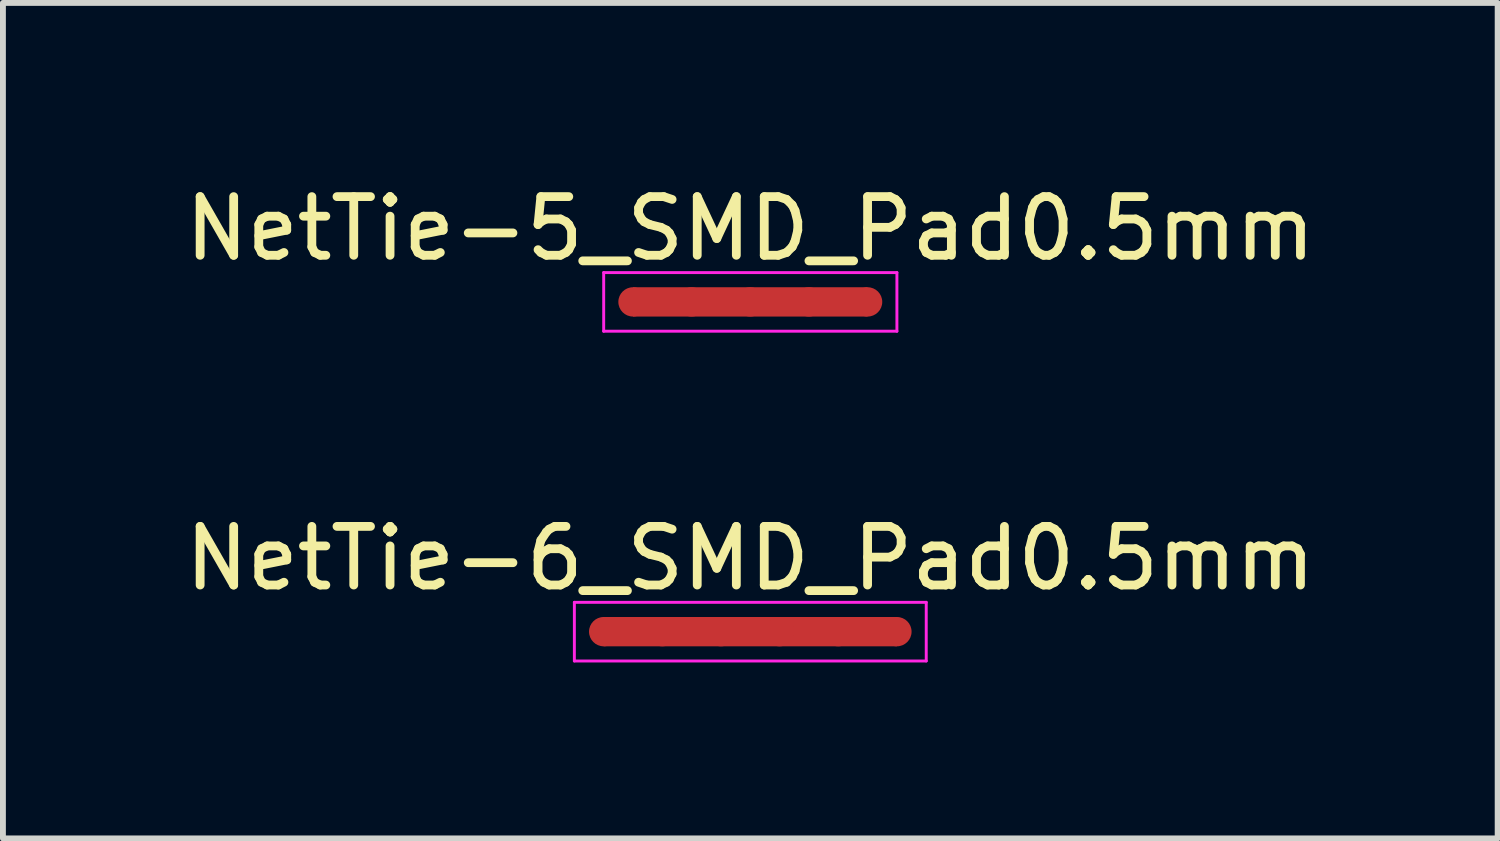
<source format=kicad_pcb>
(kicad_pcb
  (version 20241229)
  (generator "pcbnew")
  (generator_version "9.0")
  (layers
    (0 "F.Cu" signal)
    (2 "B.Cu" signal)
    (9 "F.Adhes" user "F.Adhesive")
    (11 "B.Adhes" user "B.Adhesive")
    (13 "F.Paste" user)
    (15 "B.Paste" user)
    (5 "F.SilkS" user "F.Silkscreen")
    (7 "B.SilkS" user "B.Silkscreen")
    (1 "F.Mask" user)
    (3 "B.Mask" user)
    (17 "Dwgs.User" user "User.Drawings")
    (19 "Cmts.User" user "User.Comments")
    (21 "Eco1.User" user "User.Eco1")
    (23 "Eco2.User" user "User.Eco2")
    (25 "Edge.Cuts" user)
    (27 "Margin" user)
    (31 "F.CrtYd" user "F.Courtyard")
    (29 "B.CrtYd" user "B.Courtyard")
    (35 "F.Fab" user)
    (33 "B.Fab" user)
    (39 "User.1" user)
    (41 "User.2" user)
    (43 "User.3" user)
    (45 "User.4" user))
  (footprint "NetTie-6_SMD_Pad0.5mm"
    (layer "F.Cu")
    (at 9.744 7.721)
    (property "Reference" "NetTie-6_SMD_Pad0.5mm" (at 0 -1.25 0) (layer "F.SilkS") (effects (font (size 1 1) (thickness 0.15))))
    (attr exclude_from_pos_files exclude_from_bom)
    (fp_poly (pts (xy -2.5 -0.25) (xy 2.5 -0.25) (xy 2.5 0.25) (xy -2.5 0.25)) (stroke (width 0) (type solid)) (fill yes) (layer "F.Cu"))
    (fp_line (start -3 -0.5) (end -3 0.5) (stroke (width 0.05) (type solid)) (layer "F.CrtYd"))
    (fp_line (start -3 0.5) (end 3 0.5) (stroke (width 0.05) (type solid)) (layer "F.CrtYd"))
    (fp_line (start 3 -0.5) (end -3 -0.5) (stroke (width 0.05) (type solid)) (layer "F.CrtYd"))
    (fp_line (start 3 0.5) (end 3 -0.5) (stroke (width 0.05) (type solid)) (layer "F.CrtYd"))
    (pad "1" smd circle (at -2.5 0) (size 0.5 0.5) (layers "F.Cu"))
    (pad "2" smd circle (at -1.5 0) (size 0.5 0.5) (layers "F.Cu"))
    (pad "3" smd circle (at -0.5 0) (size 0.5 0.5) (layers "F.Cu"))
    (pad "4" smd circle (at 0.5 0) (size 0.5 0.5) (layers "F.Cu"))
    (pad "5" smd circle (at 1.5 0) (size 0.5 0.5) (layers "F.Cu"))
    (pad "6" smd circle (at 2.5 0) (size 0.5 0.5) (layers "F.Cu")))
  (footprint "NetTie-5_SMD_Pad0.5mm"
    (layer "F.Cu")
    (at 9.744 2.098)
    (property "Reference" "NetTie-5_SMD_Pad0.5mm" (at 0 -1.25 0) (layer "F.SilkS") (effects (font (size 1 1) (thickness 0.15))))
    (attr exclude_from_pos_files exclude_from_bom)
    (fp_poly (pts (xy -2 -0.25) (xy 2 -0.25) (xy 2 0.25) (xy -2 0.25)) (stroke (width 0) (type solid)) (fill yes) (layer "F.Cu"))
    (fp_line (start -2.5 -0.5) (end -2.5 0.5) (stroke (width 0.05) (type solid)) (layer "F.CrtYd"))
    (fp_line (start -2.5 0.5) (end 2.5 0.5) (stroke (width 0.05) (type solid)) (layer "F.CrtYd"))
    (fp_line (start 2.5 -0.5) (end -2.5 -0.5) (stroke (width 0.05) (type solid)) (layer "F.CrtYd"))
    (fp_line (start 2.5 0.5) (end 2.5 -0.5) (stroke (width 0.05) (type solid)) (layer "F.CrtYd"))
    (pad "1" smd circle (at -2 0) (size 0.5 0.5) (layers "F.Cu"))
    (pad "2" smd circle (at -1 0) (size 0.5 0.5) (layers "F.Cu"))
    (pad "3" smd circle (at 0 0) (size 0.5 0.5) (layers "F.Cu"))
    (pad "4" smd circle (at 1 0) (size 0.5 0.5) (layers "F.Cu"))
    (pad "5" smd circle (at 2 0) (size 0.5 0.5) (layers "F.Cu")))
  (gr_rect
    (start -3 -3)
    (end 22.488 11.246)
    (stroke (width 0.1) (type default))
    (fill no)
    (layer "Edge.Cuts")))
</source>
